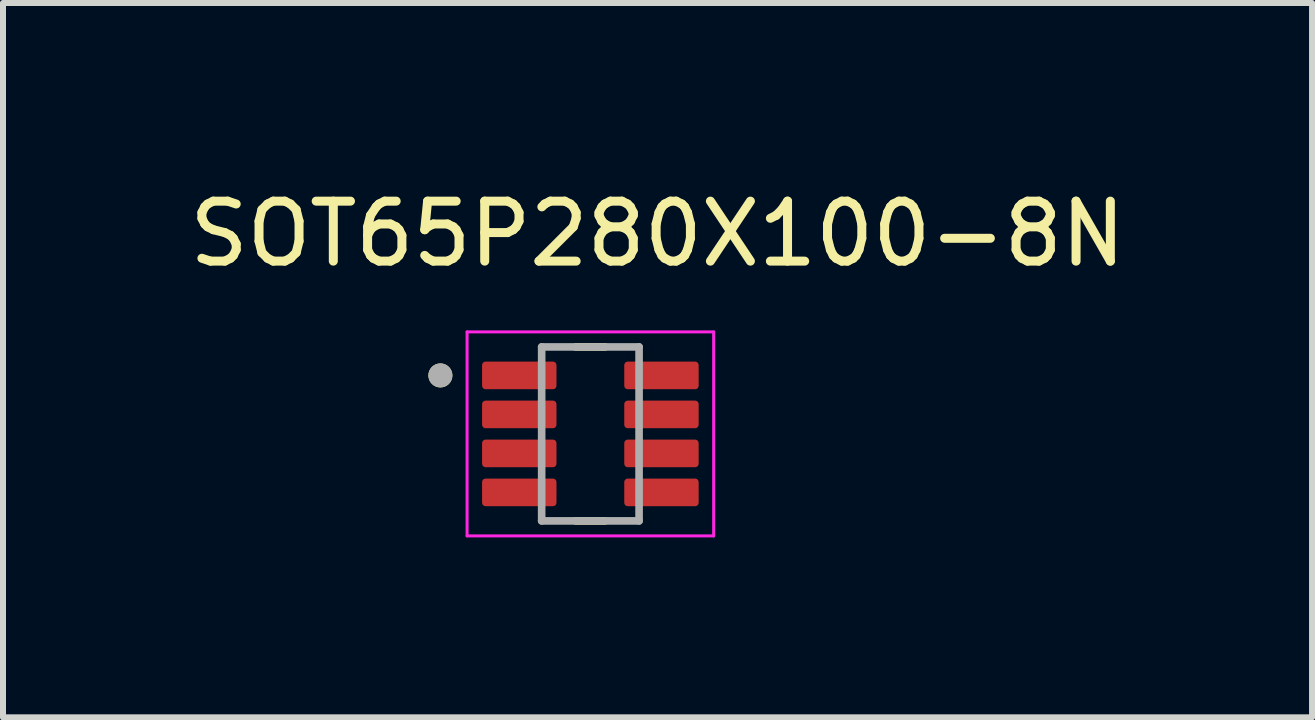
<source format=kicad_pcb>
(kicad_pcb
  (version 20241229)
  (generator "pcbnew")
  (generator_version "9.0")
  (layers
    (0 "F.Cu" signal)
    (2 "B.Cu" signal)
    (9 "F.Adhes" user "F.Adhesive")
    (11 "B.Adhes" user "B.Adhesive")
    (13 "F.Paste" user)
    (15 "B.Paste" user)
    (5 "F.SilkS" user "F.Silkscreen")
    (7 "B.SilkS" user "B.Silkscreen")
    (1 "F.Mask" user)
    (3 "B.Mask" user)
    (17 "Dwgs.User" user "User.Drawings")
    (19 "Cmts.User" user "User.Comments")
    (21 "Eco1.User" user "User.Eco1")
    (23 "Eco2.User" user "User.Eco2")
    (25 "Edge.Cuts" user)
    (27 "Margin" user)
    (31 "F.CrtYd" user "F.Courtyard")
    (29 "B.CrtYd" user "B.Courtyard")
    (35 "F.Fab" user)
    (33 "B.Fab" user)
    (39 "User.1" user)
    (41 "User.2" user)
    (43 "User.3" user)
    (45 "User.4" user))
  (footprint "SOT65P280X100-8N"
    (layer "F.Cu")
    (at 6.791 4.183)
    (property "Reference" "SOT65P280X100-8N" (at 1.12 -3.335 0) (layer "F.SilkS") (effects (font (size 1 1) (thickness 0.15))))
    (attr smd)
    (fp_line (start -0.245 -1.45) (end 0.245 -1.45) (stroke (width 0.127) (type solid)) (layer "F.SilkS"))
    (fp_line (start 0.245 1.45) (end -0.245 1.45) (stroke (width 0.127) (type solid)) (layer "F.SilkS"))
    (fp_circle (center -2.5 -0.975) (end -2.4 -0.975) (stroke (width 0.2) (type solid)) (fill no) (layer "F.SilkS"))
    (fp_line (start -2.055 -1.7) (end -2.055 1.7) (stroke (width 0.05) (type solid)) (layer "F.CrtYd"))
    (fp_line (start -2.055 1.7) (end 2.055 1.7) (stroke (width 0.05) (type solid)) (layer "F.CrtYd"))
    (fp_line (start 2.055 -1.7) (end -2.055 -1.7) (stroke (width 0.05) (type solid)) (layer "F.CrtYd"))
    (fp_line (start 2.055 1.7) (end 2.055 -1.7) (stroke (width 0.05) (type solid)) (layer "F.CrtYd"))
    (fp_line (start -0.812 -1.45) (end 0.812 -1.45) (stroke (width 0.127) (type solid)) (layer "F.Fab"))
    (fp_line (start -0.812 1.45) (end -0.812 -1.45) (stroke (width 0.127) (type solid)) (layer "F.Fab"))
    (fp_line (start 0.812 -1.45) (end 0.812 1.45) (stroke (width 0.127) (type solid)) (layer "F.Fab"))
    (fp_line (start 0.812 1.45) (end -0.812 1.45) (stroke (width 0.127) (type solid)) (layer "F.Fab"))
    (fp_circle (center -2.5 -0.975) (end -2.4 -0.975) (stroke (width 0.2) (type solid)) (fill no) (layer "F.Fab"))
    (pad "1" smd roundrect (at -1.185 -0.975) (size 1.24 0.46) (layers "F.Cu" "F.Mask" "F.Paste") (roundrect_rratio 0.125))
    (pad "2" smd roundrect (at -1.185 -0.325) (size 1.24 0.46) (layers "F.Cu" "F.Mask" "F.Paste") (roundrect_rratio 0.125))
    (pad "3" smd roundrect (at -1.185 0.325) (size 1.24 0.46) (layers "F.Cu" "F.Mask" "F.Paste") (roundrect_rratio 0.125))
    (pad "4" smd roundrect (at -1.185 0.975) (size 1.24 0.46) (layers "F.Cu" "F.Mask" "F.Paste") (roundrect_rratio 0.125))
    (pad "5" smd roundrect (at 1.185 0.975) (size 1.24 0.46) (layers "F.Cu" "F.Mask" "F.Paste") (roundrect_rratio 0.125))
    (pad "6" smd roundrect (at 1.185 0.325) (size 1.24 0.46) (layers "F.Cu" "F.Mask" "F.Paste") (roundrect_rratio 0.125))
    (pad "7" smd roundrect (at 1.185 -0.325) (size 1.24 0.46) (layers "F.Cu" "F.Mask" "F.Paste") (roundrect_rratio 0.125))
    (pad "8" smd roundrect (at 1.185 -0.975) (size 1.24 0.46) (layers "F.Cu" "F.Mask" "F.Paste") (roundrect_rratio 0.125)))
  (gr_rect
    (start -3 -3)
    (end 18.821 8.908)
    (stroke (width 0.1) (type default))
    (fill no)
    (layer "Edge.Cuts")))
</source>
